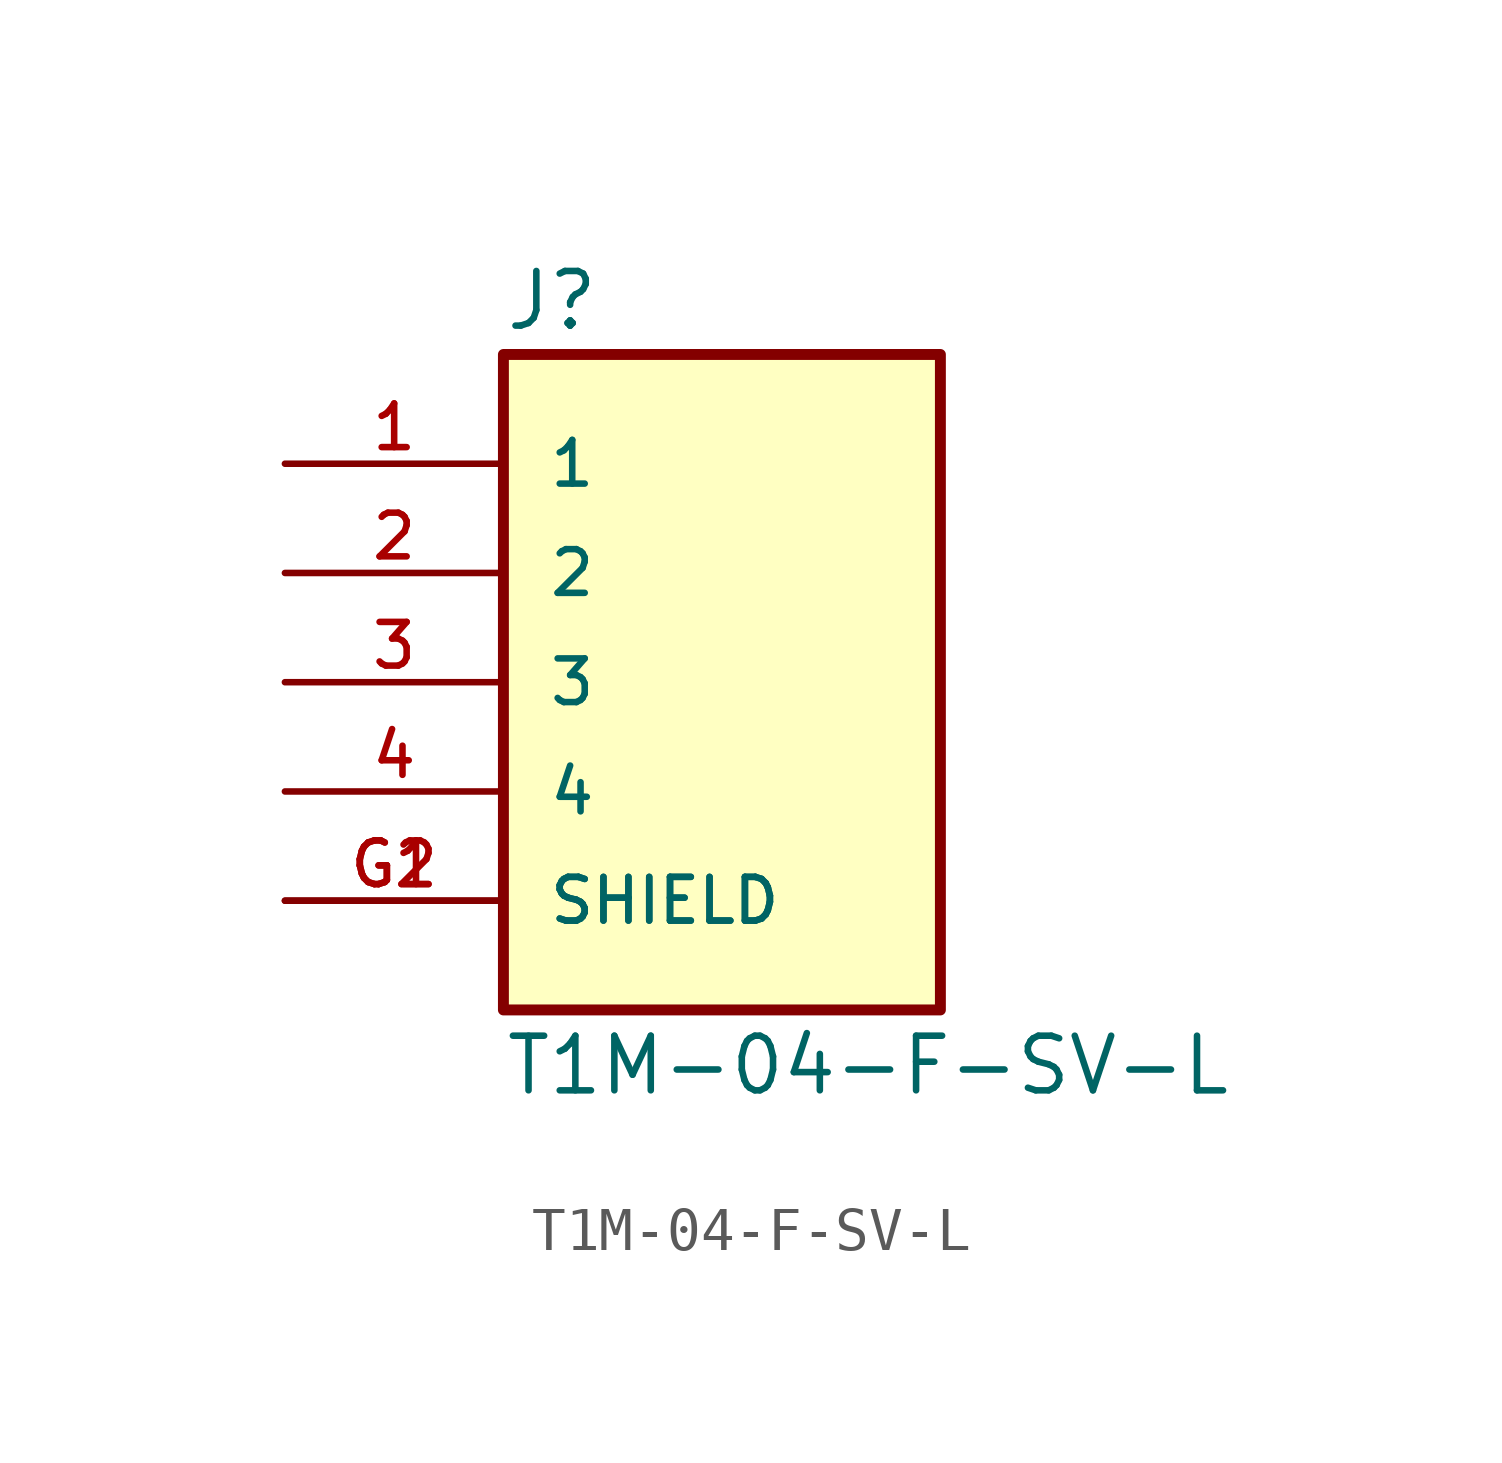
<source format=kicad_sym>
(kicad_symbol_lib
  (version 20211014)
  (generator kicad_symbol_editor)
  (symbol "T1M-04-F-SV-L"
    (pin_names
      (offset 1.016))
    (property "Reference" "J"
      (at -5.08 8.128 0)
      (effects (font (size 1.27 1.27)) (justify bottom left)))
    (property "Value" "T1M-04-F-SV-L"
      (at -5.08 -9.652 0)
      (effects (font (size 1.27 1.27)) (justify bottom left)))
    (symbol "T1M-04-F-SV-L_0_0"
      (rectangle (start -5.08 -7.62) (end 5.08 7.62) (stroke (width 0.254)) (fill (type background)))
      (pin passive line (at -10.16 5.08 0) (length 5.08) (name "1" (effects (font (size 1.016 1.016)))) (number "1" (effects (font (size 1.016 1.016)))))
      (pin passive line (at -10.16 2.54 0) (length 5.08) (name "2" (effects (font (size 1.016 1.016)))) (number "2" (effects (font (size 1.016 1.016)))))
      (pin passive line (at -10.16 0.0 0) (length 5.08) (name "3" (effects (font (size 1.016 1.016)))) (number "3" (effects (font (size 1.016 1.016)))))
      (pin passive line (at -10.16 -2.54 0) (length 5.08) (name "4" (effects (font (size 1.016 1.016)))) (number "4" (effects (font (size 1.016 1.016)))))
      (pin passive line (at -10.16 -5.08 0) (length 5.08) (name "SHIELD" (effects (font (size 1.016 1.016)))) (number "G1" (effects (font (size 1.016 1.016)))))
      (pin passive line (at -10.16 -5.08 0) (length 5.08) (name "SHIELD" (effects (font (size 1.016 1.016)))) (number "G2" (effects (font (size 1.016 1.016))))))))
</source>
